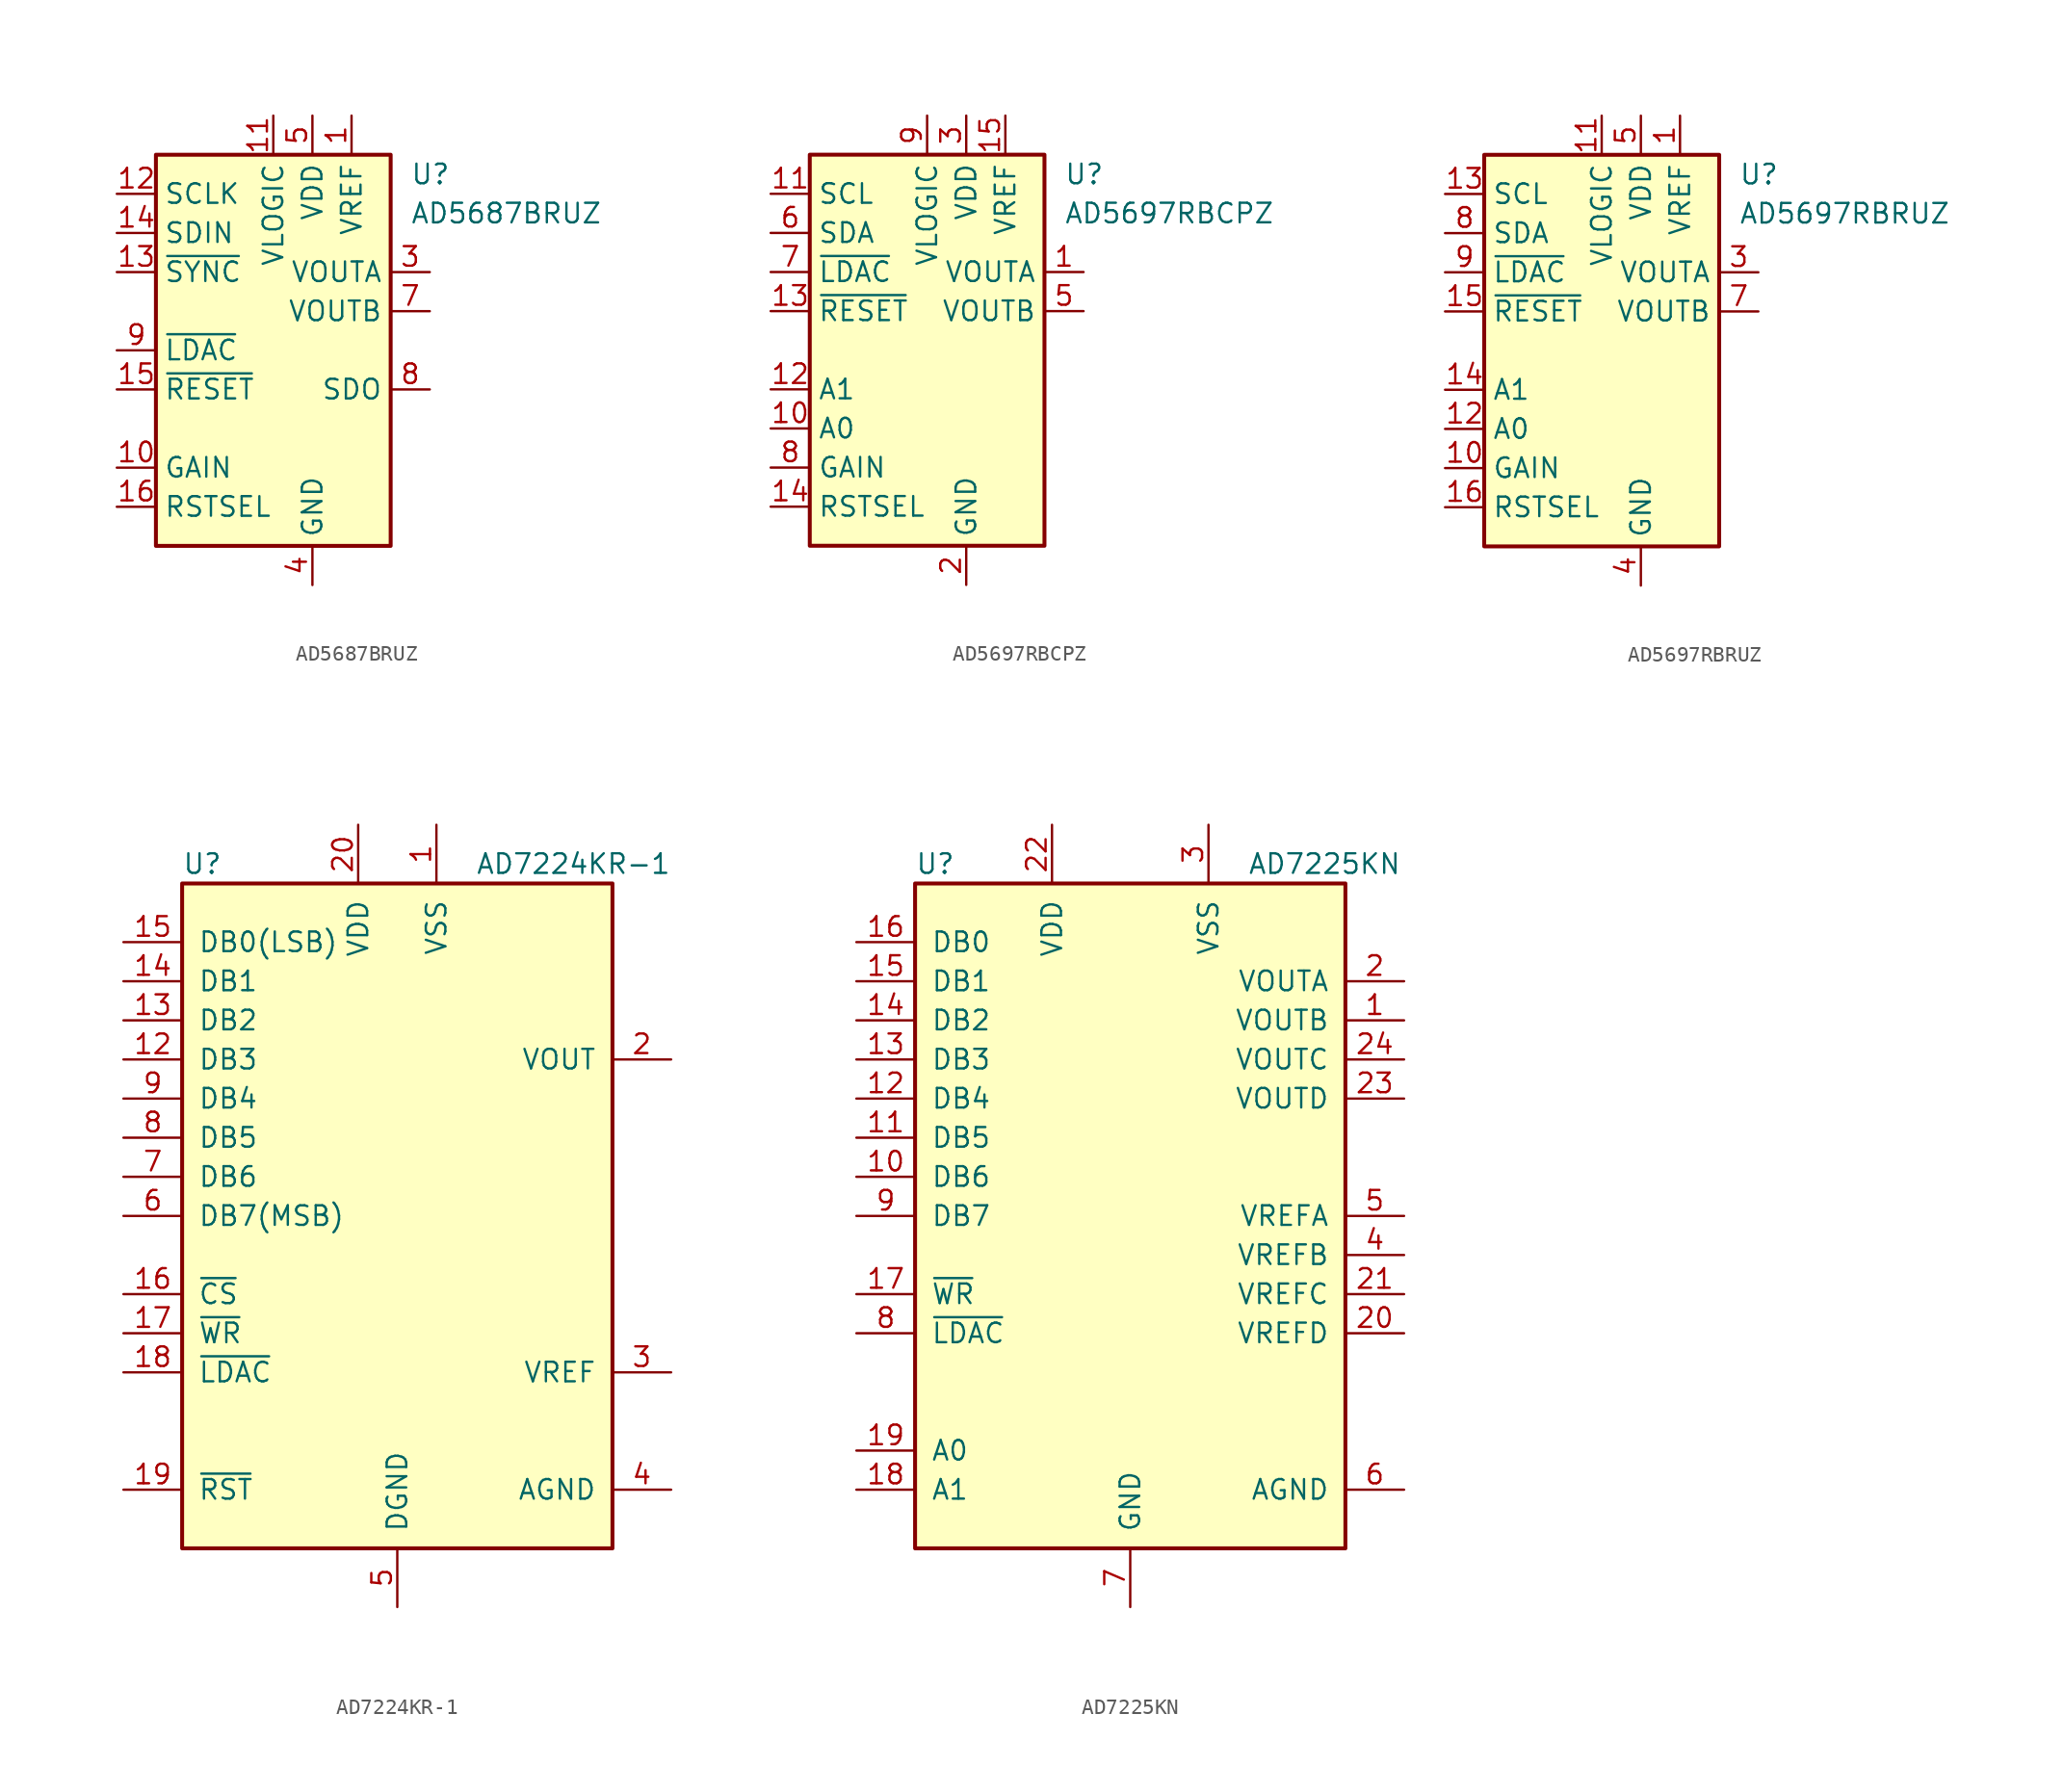
<source format=kicad_sym>
(kicad_symbol_lib
  (version 20220914)
  (generator kicad_symbol_editor)
  (symbol "AD5687BRUZ"
    (property "Reference" "U"
      (at 8.89 11.43 0)
      (effects (font (size 1.27 1.27)) (justify left)))
    (property "Value" "AD5687BRUZ"
      (at 8.89 8.89 0)
      (effects (font (size 1.27 1.27)) (justify left)))
    (symbol "AD5687BRUZ_0_1"
      (rectangle (start -7.62 12.7) (end 7.62 -12.7) (stroke (width 0.254) (type default)) (fill (type background))))
    (symbol "AD5687BRUZ_1_1"
      (pin power_in line (at 5.08 15.24 270) (length 2.54) (name "VREF" (effects (font (size 1.27 1.27)))) (number "1" (effects (font (size 1.27 1.27)))))
      (pin input line (at -10.16 -7.62 0) (length 2.54) (name "GAIN" (effects (font (size 1.27 1.27)))) (number "10" (effects (font (size 1.27 1.27)))))
      (pin power_in line (at 0 15.24 270) (length 2.54) (name "VLOGIC" (effects (font (size 1.27 1.27)))) (number "11" (effects (font (size 1.27 1.27)))))
      (pin input line (at -10.16 10.16 0) (length 2.54) (name "SCLK" (effects (font (size 1.27 1.27)))) (number "12" (effects (font (size 1.27 1.27)))))
      (pin input line (at -10.16 5.08 0) (length 2.54) (name "~{SYNC}" (effects (font (size 1.27 1.27)))) (number "13" (effects (font (size 1.27 1.27)))))
      (pin input line (at -10.16 7.62 0) (length 2.54) (name "SDIN" (effects (font (size 1.27 1.27)))) (number "14" (effects (font (size 1.27 1.27)))))
      (pin input line (at -10.16 -2.54 0) (length 2.54) (name "~{RESET}" (effects (font (size 1.27 1.27)))) (number "15" (effects (font (size 1.27 1.27)))))
      (pin input line (at -10.16 -10.16 0) (length 2.54) (name "RSTSEL" (effects (font (size 1.27 1.27)))) (number "16" (effects (font (size 1.27 1.27)))))
      (pin no_connect line (at 7.62 -5.08 180) (length 2.54) hide (name "NC" (effects (font (size 1.27 1.27)))) (number "2" (effects (font (size 1.27 1.27)))))
      (pin output line (at 10.16 5.08 180) (length 2.54) (name "VOUTA" (effects (font (size 1.27 1.27)))) (number "3" (effects (font (size 1.27 1.27)))))
      (pin power_in line (at 2.54 -15.24 90) (length 2.54) (name "GND" (effects (font (size 1.27 1.27)))) (number "4" (effects (font (size 1.27 1.27)))))
      (pin power_in line (at 2.54 15.24 270) (length 2.54) (name "VDD" (effects (font (size 1.27 1.27)))) (number "5" (effects (font (size 1.27 1.27)))))
      (pin no_connect line (at 7.62 -7.62 180) (length 2.54) hide (name "NC" (effects (font (size 1.27 1.27)))) (number "6" (effects (font (size 1.27 1.27)))))
      (pin output line (at 10.16 2.54 180) (length 2.54) (name "VOUTB" (effects (font (size 1.27 1.27)))) (number "7" (effects (font (size 1.27 1.27)))))
      (pin output line (at 10.16 -2.54 180) (length 2.54) (name "SDO" (effects (font (size 1.27 1.27)))) (number "8" (effects (font (size 1.27 1.27)))))
      (pin input line (at -10.16 0 0) (length 2.54) (name "~{LDAC}" (effects (font (size 1.27 1.27)))) (number "9" (effects (font (size 1.27 1.27)))))))
  (symbol "AD5697RBCPZ"
    (property "Reference" "U"
      (at 8.89 11.43 0)
      (effects (font (size 1.27 1.27)) (justify left)))
    (property "Value" "AD5697RBCPZ"
      (at 8.89 8.89 0)
      (effects (font (size 1.27 1.27)) (justify left)))
    (symbol "AD5697RBCPZ_0_1"
      (rectangle (start -7.62 12.7) (end 7.62 -12.7) (stroke (width 0.254) (type default)) (fill (type background))))
    (symbol "AD5697RBCPZ_1_1"
      (pin output line (at 10.16 5.08 180) (length 2.54) (name "VOUTA" (effects (font (size 1.27 1.27)))) (number "1" (effects (font (size 1.27 1.27)))))
      (pin input line (at -10.16 -5.08 0) (length 2.54) (name "A0" (effects (font (size 1.27 1.27)))) (number "10" (effects (font (size 1.27 1.27)))))
      (pin input line (at -10.16 10.16 0) (length 2.54) (name "SCL" (effects (font (size 1.27 1.27)))) (number "11" (effects (font (size 1.27 1.27)))))
      (pin input line (at -10.16 -2.54 0) (length 2.54) (name "A1" (effects (font (size 1.27 1.27)))) (number "12" (effects (font (size 1.27 1.27)))))
      (pin input line (at -10.16 2.54 0) (length 2.54) (name "~{RESET}" (effects (font (size 1.27 1.27)))) (number "13" (effects (font (size 1.27 1.27)))))
      (pin input line (at -10.16 -10.16 0) (length 2.54) (name "RSTSEL" (effects (font (size 1.27 1.27)))) (number "14" (effects (font (size 1.27 1.27)))))
      (pin power_in line (at 5.08 15.24 270) (length 2.54) (name "VREF" (effects (font (size 1.27 1.27)))) (number "15" (effects (font (size 1.27 1.27)))))
      (pin no_connect line (at 7.62 -5.08 180) (length 2.54) hide (name "NC" (effects (font (size 1.27 1.27)))) (number "16" (effects (font (size 1.27 1.27)))))
      (pin passive line (at 2.54 -15.24 90) (length 2.54) hide (name "GND" (effects (font (size 1.27 1.27)))) (number "17" (effects (font (size 1.27 1.27)))))
      (pin power_in line (at 2.54 -15.24 90) (length 2.54) (name "GND" (effects (font (size 1.27 1.27)))) (number "2" (effects (font (size 1.27 1.27)))))
      (pin power_in line (at 2.54 15.24 270) (length 2.54) (name "VDD" (effects (font (size 1.27 1.27)))) (number "3" (effects (font (size 1.27 1.27)))))
      (pin no_connect line (at 7.62 -7.62 180) (length 2.54) hide (name "NC" (effects (font (size 1.27 1.27)))) (number "4" (effects (font (size 1.27 1.27)))))
      (pin output line (at 10.16 2.54 180) (length 2.54) (name "VOUTB" (effects (font (size 1.27 1.27)))) (number "5" (effects (font (size 1.27 1.27)))))
      (pin bidirectional line (at -10.16 7.62 0) (length 2.54) (name "SDA" (effects (font (size 1.27 1.27)))) (number "6" (effects (font (size 1.27 1.27)))))
      (pin input line (at -10.16 5.08 0) (length 2.54) (name "~{LDAC}" (effects (font (size 1.27 1.27)))) (number "7" (effects (font (size 1.27 1.27)))))
      (pin input line (at -10.16 -7.62 0) (length 2.54) (name "GAIN" (effects (font (size 1.27 1.27)))) (number "8" (effects (font (size 1.27 1.27)))))
      (pin power_in line (at 0 15.24 270) (length 2.54) (name "VLOGIC" (effects (font (size 1.27 1.27)))) (number "9" (effects (font (size 1.27 1.27)))))))
  (symbol "AD5697RBRUZ"
    (property "Reference" "U"
      (at 8.89 11.43 0)
      (effects (font (size 1.27 1.27)) (justify left)))
    (property "Value" "AD5697RBRUZ"
      (at 8.89 8.89 0)
      (effects (font (size 1.27 1.27)) (justify left)))
    (symbol "AD5697RBRUZ_0_1"
      (rectangle (start -7.62 12.7) (end 7.62 -12.7) (stroke (width 0.254) (type default)) (fill (type background))))
    (symbol "AD5697RBRUZ_1_1"
      (pin power_in line (at 5.08 15.24 270) (length 2.54) (name "VREF" (effects (font (size 1.27 1.27)))) (number "1" (effects (font (size 1.27 1.27)))))
      (pin input line (at -10.16 -7.62 0) (length 2.54) (name "GAIN" (effects (font (size 1.27 1.27)))) (number "10" (effects (font (size 1.27 1.27)))))
      (pin power_in line (at 0 15.24 270) (length 2.54) (name "VLOGIC" (effects (font (size 1.27 1.27)))) (number "11" (effects (font (size 1.27 1.27)))))
      (pin input line (at -10.16 -5.08 0) (length 2.54) (name "A0" (effects (font (size 1.27 1.27)))) (number "12" (effects (font (size 1.27 1.27)))))
      (pin input line (at -10.16 10.16 0) (length 2.54) (name "SCL" (effects (font (size 1.27 1.27)))) (number "13" (effects (font (size 1.27 1.27)))))
      (pin input line (at -10.16 -2.54 0) (length 2.54) (name "A1" (effects (font (size 1.27 1.27)))) (number "14" (effects (font (size 1.27 1.27)))))
      (pin input line (at -10.16 2.54 0) (length 2.54) (name "~{RESET}" (effects (font (size 1.27 1.27)))) (number "15" (effects (font (size 1.27 1.27)))))
      (pin input line (at -10.16 -10.16 0) (length 2.54) (name "RSTSEL" (effects (font (size 1.27 1.27)))) (number "16" (effects (font (size 1.27 1.27)))))
      (pin no_connect line (at 7.62 -5.08 180) (length 2.54) hide (name "NC" (effects (font (size 1.27 1.27)))) (number "2" (effects (font (size 1.27 1.27)))))
      (pin output line (at 10.16 5.08 180) (length 2.54) (name "VOUTA" (effects (font (size 1.27 1.27)))) (number "3" (effects (font (size 1.27 1.27)))))
      (pin power_in line (at 2.54 -15.24 90) (length 2.54) (name "GND" (effects (font (size 1.27 1.27)))) (number "4" (effects (font (size 1.27 1.27)))))
      (pin power_in line (at 2.54 15.24 270) (length 2.54) (name "VDD" (effects (font (size 1.27 1.27)))) (number "5" (effects (font (size 1.27 1.27)))))
      (pin no_connect line (at 7.62 -7.62 180) (length 2.54) hide (name "NC" (effects (font (size 1.27 1.27)))) (number "6" (effects (font (size 1.27 1.27)))))
      (pin output line (at 10.16 2.54 180) (length 2.54) (name "VOUTB" (effects (font (size 1.27 1.27)))) (number "7" (effects (font (size 1.27 1.27)))))
      (pin bidirectional line (at -10.16 7.62 0) (length 2.54) (name "SDA" (effects (font (size 1.27 1.27)))) (number "8" (effects (font (size 1.27 1.27)))))
      (pin input line (at -10.16 5.08 0) (length 2.54) (name "~{LDAC}" (effects (font (size 1.27 1.27)))) (number "9" (effects (font (size 1.27 1.27)))))))
  (symbol "AD7224KR-1"
    (pin_names
      (offset 1.016))
    (property "Reference" "U"
      (at -13.97 22.86 0)
      (effects (font (size 1.27 1.27)) (justify left)))
    (property "Value" "AD7224KR-1"
      (at 5.08 22.86 0)
      (effects (font (size 1.27 1.27)) (justify left)))
    (symbol "AD7224KR-1_1_1"
      (rectangle (start -13.97 -21.59) (end 13.97 21.59) (stroke (width 0.254) (type default)) (fill (type background)))
      (pin power_in line (at 2.54 25.4 270) (length 3.81) (name "VSS" (effects (font (size 1.27 1.27)))) (number "1" (effects (font (size 1.27 1.27)))))
      (pin input line (at -17.78 10.16 0) (length 3.81) (name "DB3" (effects (font (size 1.27 1.27)))) (number "12" (effects (font (size 1.27 1.27)))))
      (pin input line (at -17.78 12.7 0) (length 3.81) (name "DB2" (effects (font (size 1.27 1.27)))) (number "13" (effects (font (size 1.27 1.27)))))
      (pin input line (at -17.78 15.24 0) (length 3.81) (name "DB1" (effects (font (size 1.27 1.27)))) (number "14" (effects (font (size 1.27 1.27)))))
      (pin input line (at -17.78 17.78 0) (length 3.81) (name "DB0(LSB)" (effects (font (size 1.27 1.27)))) (number "15" (effects (font (size 1.27 1.27)))))
      (pin input line (at -17.78 -5.08 0) (length 3.81) (name "~{CS}" (effects (font (size 1.27 1.27)))) (number "16" (effects (font (size 1.27 1.27)))))
      (pin input line (at -17.78 -7.62 0) (length 3.81) (name "~{WR}" (effects (font (size 1.27 1.27)))) (number "17" (effects (font (size 1.27 1.27)))))
      (pin input line (at -17.78 -10.16 0) (length 3.81) (name "~{LDAC}" (effects (font (size 1.27 1.27)))) (number "18" (effects (font (size 1.27 1.27)))))
      (pin input line (at -17.78 -17.78 0) (length 3.81) (name "~{RST}" (effects (font (size 1.27 1.27)))) (number "19" (effects (font (size 1.27 1.27)))))
      (pin output line (at 17.78 10.16 180) (length 3.81) (name "VOUT" (effects (font (size 1.27 1.27)))) (number "2" (effects (font (size 1.27 1.27)))))
      (pin power_in line (at -2.54 25.4 270) (length 3.81) (name "VDD" (effects (font (size 1.27 1.27)))) (number "20" (effects (font (size 1.27 1.27)))))
      (pin passive line (at 17.78 -10.16 180) (length 3.81) (name "VREF" (effects (font (size 1.27 1.27)))) (number "3" (effects (font (size 1.27 1.27)))))
      (pin passive line (at 17.78 -17.78 180) (length 3.81) (name "AGND" (effects (font (size 1.27 1.27)))) (number "4" (effects (font (size 1.27 1.27)))))
      (pin power_in line (at 0 -25.4 90) (length 3.81) (name "DGND" (effects (font (size 1.27 1.27)))) (number "5" (effects (font (size 1.27 1.27)))))
      (pin input line (at -17.78 0 0) (length 3.81) (name "DB7(MSB)" (effects (font (size 1.27 1.27)))) (number "6" (effects (font (size 1.27 1.27)))))
      (pin input line (at -17.78 2.54 0) (length 3.81) (name "DB6" (effects (font (size 1.27 1.27)))) (number "7" (effects (font (size 1.27 1.27)))))
      (pin input line (at -17.78 5.08 0) (length 3.81) (name "DB5" (effects (font (size 1.27 1.27)))) (number "8" (effects (font (size 1.27 1.27)))))
      (pin input line (at -17.78 7.62 0) (length 3.81) (name "DB4" (effects (font (size 1.27 1.27)))) (number "9" (effects (font (size 1.27 1.27)))))))
  (symbol "AD7225KN"
    (pin_names
      (offset 1.016))
    (property "Reference" "U"
      (at -13.97 22.86 0)
      (effects (font (size 1.27 1.27)) (justify left)))
    (property "Value" "AD7225KN"
      (at 7.62 22.86 0)
      (effects (font (size 1.27 1.27)) (justify left)))
    (symbol "AD7225KN_0_1"
      (rectangle (start -13.97 -21.59) (end 13.97 21.59) (stroke (width 0.254) (type default)) (fill (type background))))
    (symbol "AD7225KN_1_1"
      (pin output line (at 17.78 12.7 180) (length 3.81) (name "VOUTB" (effects (font (size 1.27 1.27)))) (number "1" (effects (font (size 1.27 1.27)))))
      (pin input line (at -17.78 2.54 0) (length 3.81) (name "DB6" (effects (font (size 1.27 1.27)))) (number "10" (effects (font (size 1.27 1.27)))))
      (pin input line (at -17.78 5.08 0) (length 3.81) (name "DB5" (effects (font (size 1.27 1.27)))) (number "11" (effects (font (size 1.27 1.27)))))
      (pin input line (at -17.78 7.62 0) (length 3.81) (name "DB4" (effects (font (size 1.27 1.27)))) (number "12" (effects (font (size 1.27 1.27)))))
      (pin input line (at -17.78 10.16 0) (length 3.81) (name "DB3" (effects (font (size 1.27 1.27)))) (number "13" (effects (font (size 1.27 1.27)))))
      (pin input line (at -17.78 12.7 0) (length 3.81) (name "DB2" (effects (font (size 1.27 1.27)))) (number "14" (effects (font (size 1.27 1.27)))))
      (pin input line (at -17.78 15.24 0) (length 3.81) (name "DB1" (effects (font (size 1.27 1.27)))) (number "15" (effects (font (size 1.27 1.27)))))
      (pin input line (at -17.78 17.78 0) (length 3.81) (name "DB0" (effects (font (size 1.27 1.27)))) (number "16" (effects (font (size 1.27 1.27)))))
      (pin input line (at -17.78 -5.08 0) (length 3.81) (name "~{WR}" (effects (font (size 1.27 1.27)))) (number "17" (effects (font (size 1.27 1.27)))))
      (pin input line (at -17.78 -17.78 0) (length 3.81) (name "A1" (effects (font (size 1.27 1.27)))) (number "18" (effects (font (size 1.27 1.27)))))
      (pin input line (at -17.78 -15.24 0) (length 3.81) (name "A0" (effects (font (size 1.27 1.27)))) (number "19" (effects (font (size 1.27 1.27)))))
      (pin output line (at 17.78 15.24 180) (length 3.81) (name "VOUTA" (effects (font (size 1.27 1.27)))) (number "2" (effects (font (size 1.27 1.27)))))
      (pin input line (at 17.78 -7.62 180) (length 3.81) (name "VREFD" (effects (font (size 1.27 1.27)))) (number "20" (effects (font (size 1.27 1.27)))))
      (pin input line (at 17.78 -5.08 180) (length 3.81) (name "VREFC" (effects (font (size 1.27 1.27)))) (number "21" (effects (font (size 1.27 1.27)))))
      (pin power_in line (at -5.08 25.4 270) (length 3.81) (name "VDD" (effects (font (size 1.27 1.27)))) (number "22" (effects (font (size 1.27 1.27)))))
      (pin output line (at 17.78 7.62 180) (length 3.81) (name "VOUTD" (effects (font (size 1.27 1.27)))) (number "23" (effects (font (size 1.27 1.27)))))
      (pin output line (at 17.78 10.16 180) (length 3.81) (name "VOUTC" (effects (font (size 1.27 1.27)))) (number "24" (effects (font (size 1.27 1.27)))))
      (pin power_in line (at 5.08 25.4 270) (length 3.81) (name "VSS" (effects (font (size 1.27 1.27)))) (number "3" (effects (font (size 1.27 1.27)))))
      (pin input line (at 17.78 -2.54 180) (length 3.81) (name "VREFB" (effects (font (size 1.27 1.27)))) (number "4" (effects (font (size 1.27 1.27)))))
      (pin input line (at 17.78 0 180) (length 3.81) (name "VREFA" (effects (font (size 1.27 1.27)))) (number "5" (effects (font (size 1.27 1.27)))))
      (pin input line (at 17.78 -17.78 180) (length 3.81) (name "AGND" (effects (font (size 1.27 1.27)))) (number "6" (effects (font (size 1.27 1.27)))))
      (pin power_in line (at 0 -25.4 90) (length 3.81) (name "GND" (effects (font (size 1.27 1.27)))) (number "7" (effects (font (size 1.27 1.27)))))
      (pin input line (at -17.78 -7.62 0) (length 3.81) (name "~{LDAC}" (effects (font (size 1.27 1.27)))) (number "8" (effects (font (size 1.27 1.27)))))
      (pin input line (at -17.78 0 0) (length 3.81) (name "DB7" (effects (font (size 1.27 1.27)))) (number "9" (effects (font (size 1.27 1.27))))))))
</source>
